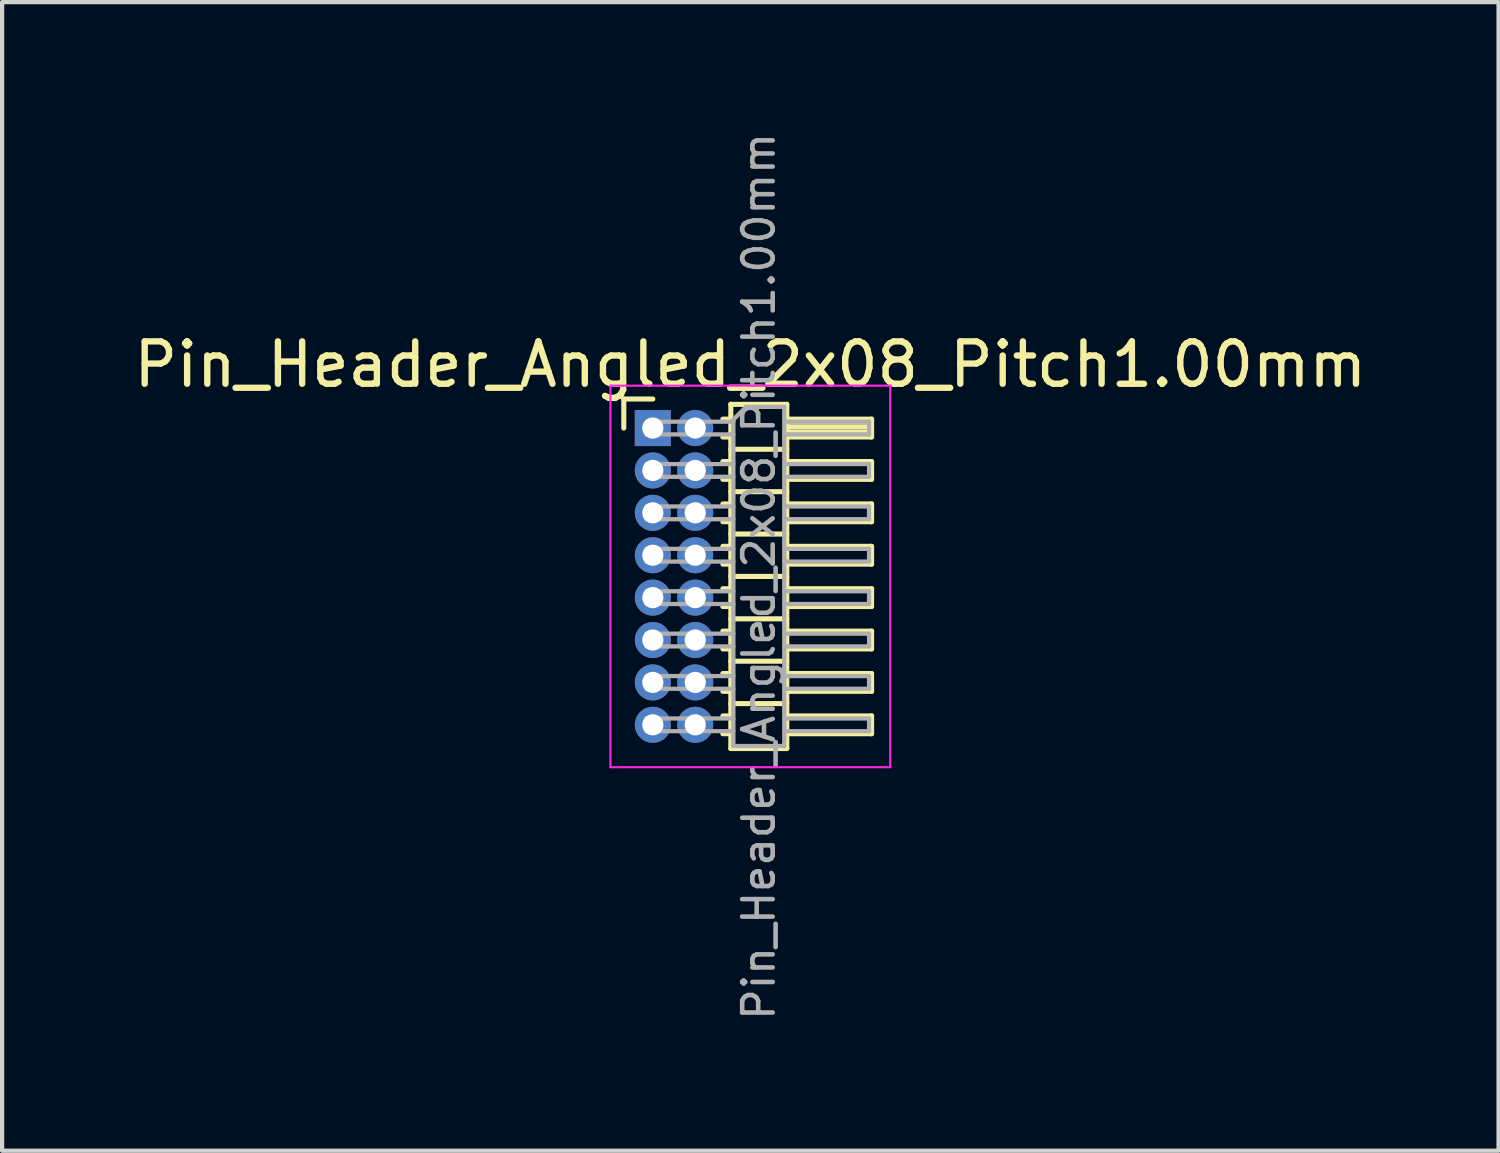
<source format=kicad_pcb>
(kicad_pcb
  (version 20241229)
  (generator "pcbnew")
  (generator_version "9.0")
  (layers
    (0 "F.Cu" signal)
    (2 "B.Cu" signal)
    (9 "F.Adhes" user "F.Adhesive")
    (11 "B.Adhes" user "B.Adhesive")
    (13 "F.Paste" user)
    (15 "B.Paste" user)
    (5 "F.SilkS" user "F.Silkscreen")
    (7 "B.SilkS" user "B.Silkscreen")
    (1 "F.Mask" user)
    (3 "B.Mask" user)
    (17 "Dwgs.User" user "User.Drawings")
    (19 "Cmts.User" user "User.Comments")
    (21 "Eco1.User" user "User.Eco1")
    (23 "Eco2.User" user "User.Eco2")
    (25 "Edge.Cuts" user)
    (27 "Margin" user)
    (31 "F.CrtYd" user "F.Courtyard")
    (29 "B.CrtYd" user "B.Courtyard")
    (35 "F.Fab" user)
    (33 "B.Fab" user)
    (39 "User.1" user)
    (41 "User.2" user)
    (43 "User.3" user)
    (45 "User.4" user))
  (footprint "Pin_Header_Angled_2x08_Pitch1.00mm"
    (layer "F.Cu")
    (at 12.349 7.047)
    (property "Reference" "Pin_Header_Angled_2x08_Pitch1.00mm" (at 2.3 -1.5 0) (layer "F.SilkS") (effects (font (size 1 1) (thickness 0.15))))
    (attr through_hole)
    (fp_line (start -0.685 -0.685) (end 0 -0.685) (stroke (width 0.12) (type solid)) (layer "F.SilkS"))
    (fp_line (start -0.685 0) (end -0.685 -0.685) (stroke (width 0.12) (type solid)) (layer "F.SilkS"))
    (fp_line (start 1.652 -0.21) (end 1.84 -0.21) (stroke (width 0.12) (type solid)) (layer "F.SilkS"))
    (fp_line (start 1.652 0.21) (end 1.84 0.21) (stroke (width 0.12) (type solid)) (layer "F.SilkS"))
    (fp_line (start 1.652 0.79) (end 1.84 0.79) (stroke (width 0.12) (type solid)) (layer "F.SilkS"))
    (fp_line (start 1.652 1.21) (end 1.84 1.21) (stroke (width 0.12) (type solid)) (layer "F.SilkS"))
    (fp_line (start 1.652 1.79) (end 1.84 1.79) (stroke (width 0.12) (type solid)) (layer "F.SilkS"))
    (fp_line (start 1.652 2.21) (end 1.84 2.21) (stroke (width 0.12) (type solid)) (layer "F.SilkS"))
    (fp_line (start 1.652 2.79) (end 1.84 2.79) (stroke (width 0.12) (type solid)) (layer "F.SilkS"))
    (fp_line (start 1.652 3.21) (end 1.84 3.21) (stroke (width 0.12) (type solid)) (layer "F.SilkS"))
    (fp_line (start 1.652 3.79) (end 1.84 3.79) (stroke (width 0.12) (type solid)) (layer "F.SilkS"))
    (fp_line (start 1.652 4.21) (end 1.84 4.21) (stroke (width 0.12) (type solid)) (layer "F.SilkS"))
    (fp_line (start 1.652 4.79) (end 1.84 4.79) (stroke (width 0.12) (type solid)) (layer "F.SilkS"))
    (fp_line (start 1.652 5.21) (end 1.84 5.21) (stroke (width 0.12) (type solid)) (layer "F.SilkS"))
    (fp_line (start 1.652 5.79) (end 1.84 5.79) (stroke (width 0.12) (type solid)) (layer "F.SilkS"))
    (fp_line (start 1.652 6.21) (end 1.84 6.21) (stroke (width 0.12) (type solid)) (layer "F.SilkS"))
    (fp_line (start 1.652 6.79) (end 1.84 6.79) (stroke (width 0.12) (type solid)) (layer "F.SilkS"))
    (fp_line (start 1.652 7.21) (end 1.84 7.21) (stroke (width 0.12) (type solid)) (layer "F.SilkS"))
    (fp_line (start 1.84 -0.56) (end 1.84 7.56) (stroke (width 0.12) (type solid)) (layer "F.SilkS"))
    (fp_line (start 1.84 0.5) (end 3.16 0.5) (stroke (width 0.12) (type solid)) (layer "F.SilkS"))
    (fp_line (start 1.84 1.5) (end 3.16 1.5) (stroke (width 0.12) (type solid)) (layer "F.SilkS"))
    (fp_line (start 1.84 2.5) (end 3.16 2.5) (stroke (width 0.12) (type solid)) (layer "F.SilkS"))
    (fp_line (start 1.84 3.5) (end 3.16 3.5) (stroke (width 0.12) (type solid)) (layer "F.SilkS"))
    (fp_line (start 1.84 4.5) (end 3.16 4.5) (stroke (width 0.12) (type solid)) (layer "F.SilkS"))
    (fp_line (start 1.84 5.5) (end 3.16 5.5) (stroke (width 0.12) (type solid)) (layer "F.SilkS"))
    (fp_line (start 1.84 6.5) (end 3.16 6.5) (stroke (width 0.12) (type solid)) (layer "F.SilkS"))
    (fp_line (start 1.84 7.56) (end 3.16 7.56) (stroke (width 0.12) (type solid)) (layer "F.SilkS"))
    (fp_line (start 3.16 -0.56) (end 1.84 -0.56) (stroke (width 0.12) (type solid)) (layer "F.SilkS"))
    (fp_line (start 3.16 -0.21) (end 5.16 -0.21) (stroke (width 0.12) (type solid)) (layer "F.SilkS"))
    (fp_line (start 3.16 -0.15) (end 5.16 -0.15) (stroke (width 0.12) (type solid)) (layer "F.SilkS"))
    (fp_line (start 3.16 -0.03) (end 5.16 -0.03) (stroke (width 0.12) (type solid)) (layer "F.SilkS"))
    (fp_line (start 3.16 0.09) (end 5.16 0.09) (stroke (width 0.12) (type solid)) (layer "F.SilkS"))
    (fp_line (start 3.16 0.79) (end 5.16 0.79) (stroke (width 0.12) (type solid)) (layer "F.SilkS"))
    (fp_line (start 3.16 1.79) (end 5.16 1.79) (stroke (width 0.12) (type solid)) (layer "F.SilkS"))
    (fp_line (start 3.16 2.79) (end 5.16 2.79) (stroke (width 0.12) (type solid)) (layer "F.SilkS"))
    (fp_line (start 3.16 3.79) (end 5.16 3.79) (stroke (width 0.12) (type solid)) (layer "F.SilkS"))
    (fp_line (start 3.16 4.79) (end 5.16 4.79) (stroke (width 0.12) (type solid)) (layer "F.SilkS"))
    (fp_line (start 3.16 5.79) (end 5.16 5.79) (stroke (width 0.12) (type solid)) (layer "F.SilkS"))
    (fp_line (start 3.16 6.79) (end 5.16 6.79) (stroke (width 0.12) (type solid)) (layer "F.SilkS"))
    (fp_line (start 3.16 7.56) (end 3.16 -0.56) (stroke (width 0.12) (type solid)) (layer "F.SilkS"))
    (fp_line (start 5.16 -0.21) (end 5.16 0.21) (stroke (width 0.12) (type solid)) (layer "F.SilkS"))
    (fp_line (start 5.16 0.21) (end 3.16 0.21) (stroke (width 0.12) (type solid)) (layer "F.SilkS"))
    (fp_line (start 5.16 0.79) (end 5.16 1.21) (stroke (width 0.12) (type solid)) (layer "F.SilkS"))
    (fp_line (start 5.16 1.21) (end 3.16 1.21) (stroke (width 0.12) (type solid)) (layer "F.SilkS"))
    (fp_line (start 5.16 1.79) (end 5.16 2.21) (stroke (width 0.12) (type solid)) (layer "F.SilkS"))
    (fp_line (start 5.16 2.21) (end 3.16 2.21) (stroke (width 0.12) (type solid)) (layer "F.SilkS"))
    (fp_line (start 5.16 2.79) (end 5.16 3.21) (stroke (width 0.12) (type solid)) (layer "F.SilkS"))
    (fp_line (start 5.16 3.21) (end 3.16 3.21) (stroke (width 0.12) (type solid)) (layer "F.SilkS"))
    (fp_line (start 5.16 3.79) (end 5.16 4.21) (stroke (width 0.12) (type solid)) (layer "F.SilkS"))
    (fp_line (start 5.16 4.21) (end 3.16 4.21) (stroke (width 0.12) (type solid)) (layer "F.SilkS"))
    (fp_line (start 5.16 4.79) (end 5.16 5.21) (stroke (width 0.12) (type solid)) (layer "F.SilkS"))
    (fp_line (start 5.16 5.21) (end 3.16 5.21) (stroke (width 0.12) (type solid)) (layer "F.SilkS"))
    (fp_line (start 5.16 5.79) (end 5.16 6.21) (stroke (width 0.12) (type solid)) (layer "F.SilkS"))
    (fp_line (start 5.16 6.21) (end 3.16 6.21) (stroke (width 0.12) (type solid)) (layer "F.SilkS"))
    (fp_line (start 5.16 6.79) (end 5.16 7.21) (stroke (width 0.12) (type solid)) (layer "F.SilkS"))
    (fp_line (start 5.16 7.21) (end 3.16 7.21) (stroke (width 0.12) (type solid)) (layer "F.SilkS"))
    (fp_line (start -1 -1) (end -1 8) (stroke (width 0.05) (type solid)) (layer "F.CrtYd"))
    (fp_line (start -1 8) (end 5.6 8) (stroke (width 0.05) (type solid)) (layer "F.CrtYd"))
    (fp_line (start 5.6 -1) (end -1 -1) (stroke (width 0.05) (type solid)) (layer "F.CrtYd"))
    (fp_line (start 5.6 8) (end 5.6 -1) (stroke (width 0.05) (type solid)) (layer "F.CrtYd"))
    (fp_line (start -0.15 -0.15) (end -0.15 0.15) (stroke (width 0.1) (type solid)) (layer "F.Fab"))
    (fp_line (start -0.15 -0.15) (end 1.9 -0.15) (stroke (width 0.1) (type solid)) (layer "F.Fab"))
    (fp_line (start -0.15 0.15) (end 1.9 0.15) (stroke (width 0.1) (type solid)) (layer "F.Fab"))
    (fp_line (start -0.15 0.85) (end -0.15 1.15) (stroke (width 0.1) (type solid)) (layer "F.Fab"))
    (fp_line (start -0.15 0.85) (end 1.9 0.85) (stroke (width 0.1) (type solid)) (layer "F.Fab"))
    (fp_line (start -0.15 1.15) (end 1.9 1.15) (stroke (width 0.1) (type solid)) (layer "F.Fab"))
    (fp_line (start -0.15 1.85) (end -0.15 2.15) (stroke (width 0.1) (type solid)) (layer "F.Fab"))
    (fp_line (start -0.15 1.85) (end 1.9 1.85) (stroke (width 0.1) (type solid)) (layer "F.Fab"))
    (fp_line (start -0.15 2.15) (end 1.9 2.15) (stroke (width 0.1) (type solid)) (layer "F.Fab"))
    (fp_line (start -0.15 2.85) (end -0.15 3.15) (stroke (width 0.1) (type solid)) (layer "F.Fab"))
    (fp_line (start -0.15 2.85) (end 1.9 2.85) (stroke (width 0.1) (type solid)) (layer "F.Fab"))
    (fp_line (start -0.15 3.15) (end 1.9 3.15) (stroke (width 0.1) (type solid)) (layer "F.Fab"))
    (fp_line (start -0.15 3.85) (end -0.15 4.15) (stroke (width 0.1) (type solid)) (layer "F.Fab"))
    (fp_line (start -0.15 3.85) (end 1.9 3.85) (stroke (width 0.1) (type solid)) (layer "F.Fab"))
    (fp_line (start -0.15 4.15) (end 1.9 4.15) (stroke (width 0.1) (type solid)) (layer "F.Fab"))
    (fp_line (start -0.15 4.85) (end -0.15 5.15) (stroke (width 0.1) (type solid)) (layer "F.Fab"))
    (fp_line (start -0.15 4.85) (end 1.9 4.85) (stroke (width 0.1) (type solid)) (layer "F.Fab"))
    (fp_line (start -0.15 5.15) (end 1.9 5.15) (stroke (width 0.1) (type solid)) (layer "F.Fab"))
    (fp_line (start -0.15 5.85) (end -0.15 6.15) (stroke (width 0.1) (type solid)) (layer "F.Fab"))
    (fp_line (start -0.15 5.85) (end 1.9 5.85) (stroke (width 0.1) (type solid)) (layer "F.Fab"))
    (fp_line (start -0.15 6.15) (end 1.9 6.15) (stroke (width 0.1) (type solid)) (layer "F.Fab"))
    (fp_line (start -0.15 6.85) (end -0.15 7.15) (stroke (width 0.1) (type solid)) (layer "F.Fab"))
    (fp_line (start -0.15 6.85) (end 1.9 6.85) (stroke (width 0.1) (type solid)) (layer "F.Fab"))
    (fp_line (start -0.15 7.15) (end 1.9 7.15) (stroke (width 0.1) (type solid)) (layer "F.Fab"))
    (fp_line (start 1.9 -0.2) (end 2.2 -0.5) (stroke (width 0.1) (type solid)) (layer "F.Fab"))
    (fp_line (start 1.9 7.5) (end 1.9 -0.2) (stroke (width 0.1) (type solid)) (layer "F.Fab"))
    (fp_line (start 2.2 -0.5) (end 3.1 -0.5) (stroke (width 0.1) (type solid)) (layer "F.Fab"))
    (fp_line (start 3.1 -0.5) (end 3.1 7.5) (stroke (width 0.1) (type solid)) (layer "F.Fab"))
    (fp_line (start 3.1 -0.15) (end 5.1 -0.15) (stroke (width 0.1) (type solid)) (layer "F.Fab"))
    (fp_line (start 3.1 0.15) (end 5.1 0.15) (stroke (width 0.1) (type solid)) (layer "F.Fab"))
    (fp_line (start 3.1 0.85) (end 5.1 0.85) (stroke (width 0.1) (type solid)) (layer "F.Fab"))
    (fp_line (start 3.1 1.15) (end 5.1 1.15) (stroke (width 0.1) (type solid)) (layer "F.Fab"))
    (fp_line (start 3.1 1.85) (end 5.1 1.85) (stroke (width 0.1) (type solid)) (layer "F.Fab"))
    (fp_line (start 3.1 2.15) (end 5.1 2.15) (stroke (width 0.1) (type solid)) (layer "F.Fab"))
    (fp_line (start 3.1 2.85) (end 5.1 2.85) (stroke (width 0.1) (type solid)) (layer "F.Fab"))
    (fp_line (start 3.1 3.15) (end 5.1 3.15) (stroke (width 0.1) (type solid)) (layer "F.Fab"))
    (fp_line (start 3.1 3.85) (end 5.1 3.85) (stroke (width 0.1) (type solid)) (layer "F.Fab"))
    (fp_line (start 3.1 4.15) (end 5.1 4.15) (stroke (width 0.1) (type solid)) (layer "F.Fab"))
    (fp_line (start 3.1 4.85) (end 5.1 4.85) (stroke (width 0.1) (type solid)) (layer "F.Fab"))
    (fp_line (start 3.1 5.15) (end 5.1 5.15) (stroke (width 0.1) (type solid)) (layer "F.Fab"))
    (fp_line (start 3.1 5.85) (end 5.1 5.85) (stroke (width 0.1) (type solid)) (layer "F.Fab"))
    (fp_line (start 3.1 6.15) (end 5.1 6.15) (stroke (width 0.1) (type solid)) (layer "F.Fab"))
    (fp_line (start 3.1 6.85) (end 5.1 6.85) (stroke (width 0.1) (type solid)) (layer "F.Fab"))
    (fp_line (start 3.1 7.15) (end 5.1 7.15) (stroke (width 0.1) (type solid)) (layer "F.Fab"))
    (fp_line (start 3.1 7.5) (end 1.9 7.5) (stroke (width 0.1) (type solid)) (layer "F.Fab"))
    (fp_line (start 5.1 -0.15) (end 5.1 0.15) (stroke (width 0.1) (type solid)) (layer "F.Fab"))
    (fp_line (start 5.1 0.85) (end 5.1 1.15) (stroke (width 0.1) (type solid)) (layer "F.Fab"))
    (fp_line (start 5.1 1.85) (end 5.1 2.15) (stroke (width 0.1) (type solid)) (layer "F.Fab"))
    (fp_line (start 5.1 2.85) (end 5.1 3.15) (stroke (width 0.1) (type solid)) (layer "F.Fab"))
    (fp_line (start 5.1 3.85) (end 5.1 4.15) (stroke (width 0.1) (type solid)) (layer "F.Fab"))
    (fp_line (start 5.1 4.85) (end 5.1 5.15) (stroke (width 0.1) (type solid)) (layer "F.Fab"))
    (fp_line (start 5.1 5.85) (end 5.1 6.15) (stroke (width 0.1) (type solid)) (layer "F.Fab"))
    (fp_line (start 5.1 6.85) (end 5.1 7.15) (stroke (width 0.1) (type solid)) (layer "F.Fab"))
    (fp_text user "${REFERENCE}" (at 2.5 3.5 90) (layer "F.Fab") (effects (font (size 0.72 0.72) (thickness 0.108))))
    (pad "1" thru_hole rect (at 0 0) (size 0.85 0.85) (drill 0.5) (layers "*.Cu" "*.Mask"))
    (pad "2" thru_hole oval (at 1 0) (size 0.85 0.85) (drill 0.5) (layers "*.Cu" "*.Mask"))
    (pad "3" thru_hole oval (at 0 1) (size 0.85 0.85) (drill 0.5) (layers "*.Cu" "*.Mask"))
    (pad "4" thru_hole oval (at 1 1) (size 0.85 0.85) (drill 0.5) (layers "*.Cu" "*.Mask"))
    (pad "5" thru_hole oval (at 0 2) (size 0.85 0.85) (drill 0.5) (layers "*.Cu" "*.Mask"))
    (pad "6" thru_hole oval (at 1 2) (size 0.85 0.85) (drill 0.5) (layers "*.Cu" "*.Mask"))
    (pad "7" thru_hole oval (at 0 3) (size 0.85 0.85) (drill 0.5) (layers "*.Cu" "*.Mask"))
    (pad "8" thru_hole oval (at 1 3) (size 0.85 0.85) (drill 0.5) (layers "*.Cu" "*.Mask"))
    (pad "9" thru_hole oval (at 0 4) (size 0.85 0.85) (drill 0.5) (layers "*.Cu" "*.Mask"))
    (pad "10" thru_hole oval (at 1 4) (size 0.85 0.85) (drill 0.5) (layers "*.Cu" "*.Mask"))
    (pad "11" thru_hole oval (at 0 5) (size 0.85 0.85) (drill 0.5) (layers "*.Cu" "*.Mask"))
    (pad "12" thru_hole oval (at 1 5) (size 0.85 0.85) (drill 0.5) (layers "*.Cu" "*.Mask"))
    (pad "13" thru_hole oval (at 0 6) (size 0.85 0.85) (drill 0.5) (layers "*.Cu" "*.Mask"))
    (pad "14" thru_hole oval (at 1 6) (size 0.85 0.85) (drill 0.5) (layers "*.Cu" "*.Mask"))
    (pad "15" thru_hole oval (at 0 7) (size 0.85 0.85) (drill 0.5) (layers "*.Cu" "*.Mask"))
    (pad "16" thru_hole oval (at 1 7) (size 0.85 0.85) (drill 0.5) (layers "*.Cu" "*.Mask")))
  (gr_rect
    (start -3 -3)
    (end 32.298 24.094)
    (stroke (width 0.1) (type default))
    (fill no)
    (layer "Edge.Cuts")))
</source>
